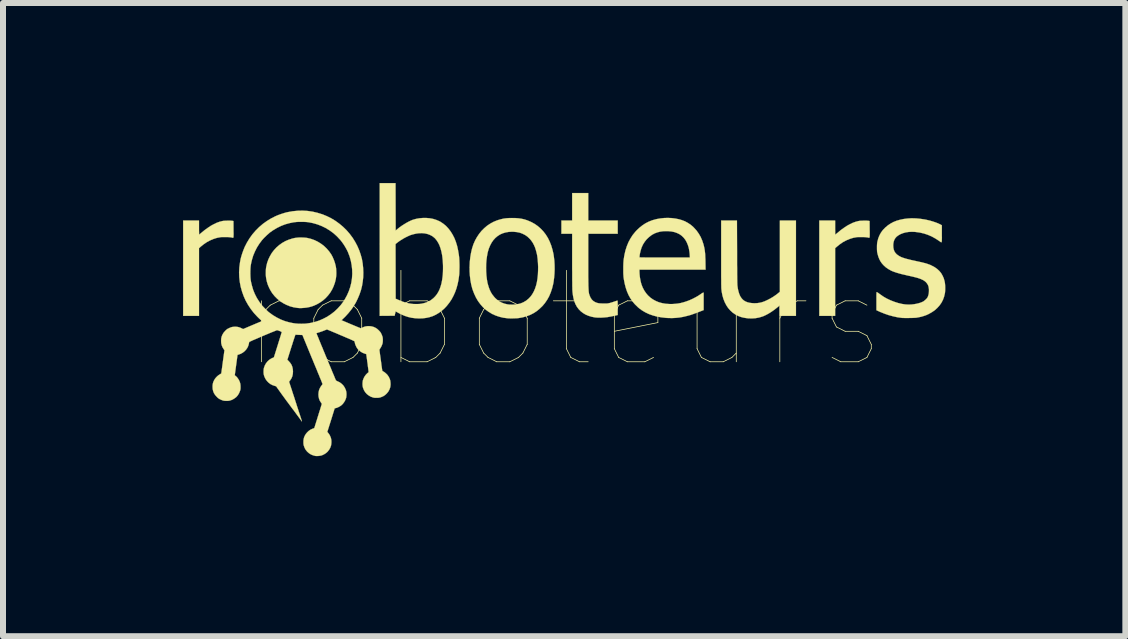
<source format=kicad_pcb>
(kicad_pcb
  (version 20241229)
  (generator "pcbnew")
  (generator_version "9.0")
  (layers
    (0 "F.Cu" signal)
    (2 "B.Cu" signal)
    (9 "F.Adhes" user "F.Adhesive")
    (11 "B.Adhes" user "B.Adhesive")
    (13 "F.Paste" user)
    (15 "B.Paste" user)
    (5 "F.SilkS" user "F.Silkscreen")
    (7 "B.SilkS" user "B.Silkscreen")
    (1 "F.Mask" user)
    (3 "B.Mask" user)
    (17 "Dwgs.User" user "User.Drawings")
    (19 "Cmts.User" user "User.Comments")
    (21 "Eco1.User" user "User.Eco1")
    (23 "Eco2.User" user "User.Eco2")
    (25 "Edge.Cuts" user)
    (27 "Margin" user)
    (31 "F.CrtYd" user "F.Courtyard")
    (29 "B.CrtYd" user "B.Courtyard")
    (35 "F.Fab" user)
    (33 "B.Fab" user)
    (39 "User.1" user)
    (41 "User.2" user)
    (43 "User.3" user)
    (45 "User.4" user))
  (footprint "roboteurs"
    (layer "F.Cu")
    (at 6.352 2.274)
    (property "Reference" "roboteurs" (at 0 0 0) (layer "F.SilkS") (effects (font (size 1.524 1.524) (thickness 0.012))))
    (attr through_hole)
    (fp_poly (pts (xy -5.51 -1.414) (xy -5.511 -1.396) (xy -5.511 -1.382) (xy -5.512 -1.373) (xy -5.514 -1.366) (xy -5.517 -1.363) (xy -5.521 -1.362) (xy -5.525 -1.362) (xy -5.531 -1.364) (xy -5.539 -1.366) (xy -5.542 -1.367) (xy -5.555 -1.369) (xy -5.574 -1.371) (xy -5.596 -1.373) (xy -5.621 -1.374) (xy -5.646 -1.374) (xy -5.672 -1.374) (xy -5.695 -1.374) (xy -5.716 -1.373) (xy -5.726 -1.372) (xy -5.785 -1.361) (xy -5.843 -1.343) (xy -5.9 -1.319) (xy -5.956 -1.289) (xy -6.01 -1.252) (xy -6.055 -1.216) (xy -6.086 -1.189) (xy -6.086 -0.625) (xy -6.086 -0.061) (xy -6.218 -0.061) (xy -6.35 -0.061) (xy -6.35 -0.855) (xy -6.35 -1.649) (xy -6.218 -1.649) (xy -6.086 -1.649) (xy -6.086 -1.532) (xy -6.086 -1.505) (xy -6.086 -1.48) (xy -6.085 -1.458) (xy -6.085 -1.44) (xy -6.084 -1.426) (xy -6.084 -1.418) (xy -6.083 -1.416) (xy -6.08 -1.418) (xy -6.072 -1.423) (xy -6.062 -1.432) (xy -6.05 -1.442) (xy -6.049 -1.443) (xy -5.993 -1.489) (xy -5.939 -1.528) (xy -5.888 -1.562) (xy -5.838 -1.589) (xy -5.79 -1.612) (xy -5.743 -1.629) (xy -5.696 -1.641) (xy -5.694 -1.641) (xy -5.679 -1.644) (xy -5.66 -1.645) (xy -5.637 -1.646) (xy -5.612 -1.647) (xy -5.588 -1.647) (xy -5.565 -1.647) (xy -5.545 -1.646) (xy -5.53 -1.644) (xy -5.527 -1.644) (xy -5.512 -1.641) (xy -5.511 -1.501) (xy -5.511 -1.466) (xy -5.51 -1.437) (xy -5.51 -1.414)) (stroke (width 0.004) (type solid)) (fill yes) (layer "F.SilkS"))
    (fp_poly (pts (xy 5.09 -1.414) (xy 5.09 -1.396) (xy 5.089 -1.382) (xy 5.088 -1.373) (xy 5.086 -1.366) (xy 5.083 -1.363) (xy 5.08 -1.362) (xy 5.075 -1.362) (xy 5.069 -1.364) (xy 5.062 -1.366) (xy 5.058 -1.367) (xy 5.045 -1.369) (xy 5.027 -1.371) (xy 5.004 -1.373) (xy 4.98 -1.374) (xy 4.954 -1.374) (xy 4.928 -1.374) (xy 4.905 -1.374) (xy 4.884 -1.373) (xy 4.874 -1.372) (xy 4.815 -1.361) (xy 4.757 -1.343) (xy 4.7 -1.319) (xy 4.644 -1.289) (xy 4.59 -1.252) (xy 4.546 -1.216) (xy 4.514 -1.189) (xy 4.514 -0.625) (xy 4.514 -0.061) (xy 4.382 -0.061) (xy 4.25 -0.061) (xy 4.25 -0.855) (xy 4.25 -1.649) (xy 4.382 -1.649) (xy 4.514 -1.649) (xy 4.514 -1.532) (xy 4.514 -1.505) (xy 4.515 -1.48) (xy 4.515 -1.458) (xy 4.515 -1.44) (xy 4.516 -1.426) (xy 4.516 -1.418) (xy 4.517 -1.416) (xy 4.52 -1.418) (xy 4.528 -1.423) (xy 4.538 -1.432) (xy 4.551 -1.442) (xy 4.552 -1.443) (xy 4.607 -1.489) (xy 4.661 -1.528) (xy 4.712 -1.562) (xy 4.762 -1.589) (xy 4.81 -1.612) (xy 4.858 -1.629) (xy 4.904 -1.641) (xy 4.906 -1.641) (xy 4.921 -1.644) (xy 4.941 -1.645) (xy 4.964 -1.646) (xy 4.988 -1.647) (xy 5.012 -1.647) (xy 5.035 -1.647) (xy 5.055 -1.646) (xy 5.07 -1.644) (xy 5.073 -1.644) (xy 5.088 -1.641) (xy 5.089 -1.501) (xy 5.09 -1.466) (xy 5.09 -1.437) (xy 5.09 -1.414)) (stroke (width 0.004) (type solid)) (fill yes) (layer "F.SilkS"))
    (fp_poly (pts (xy -3.798 -0.773) (xy -3.799 -0.735) (xy -3.803 -0.699) (xy -3.806 -0.676) (xy -3.821 -0.615) (xy -3.842 -0.556) (xy -3.868 -0.5) (xy -3.9 -0.447) (xy -3.937 -0.399) (xy -3.979 -0.354) (xy -4.025 -0.314) (xy -4.076 -0.279) (xy -4.13 -0.249) (xy -4.188 -0.225) (xy -4.21 -0.217) (xy -4.248 -0.207) (xy -4.29 -0.199) (xy -4.333 -0.194) (xy -4.376 -0.191) (xy -4.417 -0.191) (xy -4.443 -0.193) (xy -4.506 -0.203) (xy -4.567 -0.219) (xy -4.625 -0.242) (xy -4.68 -0.27) (xy -4.732 -0.304) (xy -4.78 -0.343) (xy -4.824 -0.387) (xy -4.864 -0.436) (xy -4.891 -0.478) (xy -4.915 -0.523) (xy -4.937 -0.573) (xy -4.954 -0.626) (xy -4.965 -0.676) (xy -4.97 -0.709) (xy -4.973 -0.746) (xy -4.973 -0.785) (xy -4.972 -0.823) (xy -4.969 -0.859) (xy -4.965 -0.881) (xy -4.951 -0.943) (xy -4.93 -1.002) (xy -4.903 -1.057) (xy -4.872 -1.11) (xy -4.835 -1.158) (xy -4.794 -1.202) (xy -4.748 -1.242) (xy -4.698 -1.277) (xy -4.645 -1.307) (xy -4.588 -1.331) (xy -4.528 -1.35) (xy -4.488 -1.359) (xy -4.456 -1.363) (xy -4.419 -1.366) (xy -4.38 -1.366) (xy -4.341 -1.365) (xy -4.305 -1.362) (xy -4.283 -1.359) (xy -4.221 -1.344) (xy -4.162 -1.323) (xy -4.106 -1.296) (xy -4.053 -1.263) (xy -4.003 -1.225) (xy -3.958 -1.182) (xy -3.917 -1.134) (xy -3.882 -1.084) (xy -3.86 -1.043) (xy -3.84 -0.997) (xy -3.823 -0.949) (xy -3.81 -0.9) (xy -3.806 -0.881) (xy -3.801 -0.849) (xy -3.799 -0.812) (xy -3.798 -0.773)) (stroke (width 0.004) (type solid)) (fill yes) (layer "F.SilkS"))
    (fp_poly (pts (xy 3.861 -0.061) (xy 3.727 -0.061) (xy 3.593 -0.061) (xy 3.593 -0.149) (xy 3.593 -0.238) (xy 3.572 -0.219) (xy 3.531 -0.186) (xy 3.489 -0.154) (xy 3.447 -0.125) (xy 3.405 -0.099) (xy 3.364 -0.077) (xy 3.326 -0.059) (xy 3.303 -0.05) (xy 3.246 -0.033) (xy 3.186 -0.022) (xy 3.125 -0.018) (xy 3.061 -0.02) (xy 3.053 -0.021) (xy 3.017 -0.026) (xy 2.979 -0.033) (xy 2.942 -0.043) (xy 2.909 -0.055) (xy 2.895 -0.061) (xy 2.848 -0.086) (xy 2.805 -0.116) (xy 2.766 -0.152) (xy 2.731 -0.192) (xy 2.701 -0.237) (xy 2.675 -0.287) (xy 2.653 -0.342) (xy 2.636 -0.401) (xy 2.624 -0.463) (xy 2.618 -0.515) (xy 2.618 -0.524) (xy 2.617 -0.539) (xy 2.617 -0.561) (xy 2.616 -0.589) (xy 2.616 -0.624) (xy 2.616 -0.664) (xy 2.615 -0.71) (xy 2.615 -0.761) (xy 2.615 -0.818) (xy 2.615 -0.88) (xy 2.615 -0.947) (xy 2.615 -1.018) (xy 2.615 -1.094) (xy 2.615 -1.102) (xy 2.615 -1.649) (xy 2.746 -1.649) (xy 2.878 -1.649) (xy 2.88 -1.13) (xy 2.88 -1.052) (xy 2.88 -0.98) (xy 2.88 -0.915) (xy 2.881 -0.856) (xy 2.881 -0.803) (xy 2.881 -0.756) (xy 2.882 -0.714) (xy 2.882 -0.679) (xy 2.883 -0.648) (xy 2.883 -0.622) (xy 2.884 -0.602) (xy 2.884 -0.586) (xy 2.885 -0.575) (xy 2.885 -0.571) (xy 2.892 -0.517) (xy 2.903 -0.468) (xy 2.916 -0.426) (xy 2.932 -0.389) (xy 2.952 -0.358) (xy 2.975 -0.332) (xy 3.002 -0.311) (xy 3.022 -0.3) (xy 3.054 -0.287) (xy 3.091 -0.278) (xy 3.131 -0.273) (xy 3.173 -0.271) (xy 3.215 -0.273) (xy 3.257 -0.279) (xy 3.292 -0.287) (xy 3.338 -0.303) (xy 3.386 -0.325) (xy 3.436 -0.351) (xy 3.486 -0.381) (xy 3.535 -0.415) (xy 3.57 -0.443) (xy 3.593 -0.462) (xy 3.593 -1.056) (xy 3.593 -1.649) (xy 3.727 -1.649) (xy 3.861 -1.649) (xy 3.861 -0.855) (xy 3.861 -0.061)) (stroke (width 0.004) (type solid)) (fill yes) (layer "F.SilkS"))
    (fp_poly (pts (xy 0.891 -0.075) (xy 0.848 -0.065) (xy 0.783 -0.051) (xy 0.721 -0.04) (xy 0.661 -0.034) (xy 0.604 -0.031) (xy 0.552 -0.032) (xy 0.513 -0.035) (xy 0.456 -0.046) (xy 0.404 -0.062) (xy 0.356 -0.082) (xy 0.313 -0.108) (xy 0.274 -0.138) (xy 0.24 -0.173) (xy 0.211 -0.212) (xy 0.187 -0.256) (xy 0.175 -0.286) (xy 0.162 -0.324) (xy 0.152 -0.365) (xy 0.144 -0.409) (xy 0.138 -0.458) (xy 0.135 -0.505) (xy 0.135 -0.516) (xy 0.135 -0.534) (xy 0.134 -0.557) (xy 0.134 -0.586) (xy 0.134 -0.619) (xy 0.133 -0.657) (xy 0.133 -0.699) (xy 0.133 -0.744) (xy 0.133 -0.792) (xy 0.132 -0.843) (xy 0.132 -0.895) (xy 0.132 -0.949) (xy 0.132 -0.998) (xy 0.132 -1.429) (xy 0.042 -1.429) (xy -0.047 -1.429) (xy -0.047 -1.539) (xy -0.047 -1.649) (xy 0.042 -1.649) (xy 0.132 -1.649) (xy 0.132 -1.878) (xy 0.132 -2.107) (xy 0.266 -2.107) (xy 0.4 -2.107) (xy 0.4 -1.878) (xy 0.4 -1.649) (xy 0.645 -1.649) (xy 0.891 -1.649) (xy 0.891 -1.539) (xy 0.891 -1.429) (xy 0.645 -1.429) (xy 0.4 -1.429) (xy 0.4 -1.005) (xy 0.4 -0.934) (xy 0.4 -0.87) (xy 0.4 -0.811) (xy 0.4 -0.759) (xy 0.4 -0.711) (xy 0.401 -0.669) (xy 0.401 -0.632) (xy 0.402 -0.598) (xy 0.402 -0.569) (xy 0.403 -0.544) (xy 0.404 -0.522) (xy 0.405 -0.503) (xy 0.406 -0.486) (xy 0.407 -0.472) (xy 0.408 -0.46) (xy 0.41 -0.45) (xy 0.411 -0.44) (xy 0.413 -0.432) (xy 0.413 -0.43) (xy 0.426 -0.392) (xy 0.441 -0.359) (xy 0.461 -0.331) (xy 0.484 -0.309) (xy 0.509 -0.293) (xy 0.528 -0.284) (xy 0.546 -0.278) (xy 0.563 -0.273) (xy 0.582 -0.27) (xy 0.605 -0.268) (xy 0.631 -0.267) (xy 0.655 -0.266) (xy 0.679 -0.266) (xy 0.697 -0.266) (xy 0.712 -0.267) (xy 0.724 -0.268) (xy 0.735 -0.27) (xy 0.746 -0.272) (xy 0.759 -0.275) (xy 0.759 -0.275) (xy 0.777 -0.28) (xy 0.799 -0.287) (xy 0.821 -0.294) (xy 0.838 -0.3) (xy 0.854 -0.305) (xy 0.868 -0.31) (xy 0.879 -0.313) (xy 0.885 -0.315) (xy 0.885 -0.315) (xy 0.887 -0.314) (xy 0.888 -0.312) (xy 0.889 -0.308) (xy 0.89 -0.3) (xy 0.89 -0.29) (xy 0.89 -0.275) (xy 0.891 -0.255) (xy 0.891 -0.23) (xy 0.891 -0.199) (xy 0.891 -0.195) (xy 0.891 -0.075)) (stroke (width 0.004) (type solid)) (fill yes) (layer "F.SilkS"))
    (fp_poly (pts (xy -1.746 -0.87) (xy -1.747 -0.831) (xy -1.748 -0.795) (xy -1.749 -0.763) (xy -1.752 -0.735) (xy -1.752 -0.732) (xy -1.763 -0.655) (xy -1.778 -0.584) (xy -1.797 -0.516) (xy -1.82 -0.452) (xy -1.846 -0.395) (xy -1.878 -0.335) (xy -1.915 -0.28) (xy -1.956 -0.228) (xy -2 -0.181) (xy -2.02 -0.164) (xy -2.02 -0.845) (xy -2.02 -0.894) (xy -2.022 -0.943) (xy -2.025 -0.991) (xy -2.03 -1.036) (xy -2.034 -1.068) (xy -2.046 -1.13) (xy -2.061 -1.185) (xy -2.079 -1.236) (xy -2.101 -1.28) (xy -2.126 -1.319) (xy -2.154 -1.353) (xy -2.186 -1.38) (xy -2.2 -1.39) (xy -2.238 -1.41) (xy -2.279 -1.425) (xy -2.323 -1.435) (xy -2.37 -1.439) (xy -2.419 -1.438) (xy -2.47 -1.431) (xy -2.521 -1.419) (xy -2.561 -1.407) (xy -2.589 -1.395) (xy -2.621 -1.38) (xy -2.655 -1.363) (xy -2.69 -1.343) (xy -2.724 -1.322) (xy -2.755 -1.301) (xy -2.783 -1.28) (xy -2.784 -1.279) (xy -2.811 -1.258) (xy -2.81 -0.803) (xy -2.809 -0.347) (xy -2.759 -0.325) (xy -2.702 -0.301) (xy -2.647 -0.283) (xy -2.595 -0.27) (xy -2.546 -0.262) (xy -2.54 -0.261) (xy -2.518 -0.259) (xy -2.493 -0.258) (xy -2.466 -0.258) (xy -2.439 -0.258) (xy -2.415 -0.259) (xy -2.394 -0.261) (xy -2.386 -0.262) (xy -2.335 -0.273) (xy -2.289 -0.288) (xy -2.248 -0.307) (xy -2.218 -0.326) (xy -2.182 -0.354) (xy -2.15 -0.386) (xy -2.122 -0.421) (xy -2.098 -0.46) (xy -2.077 -0.503) (xy -2.06 -0.551) (xy -2.045 -0.604) (xy -2.034 -0.663) (xy -2.027 -0.715) (xy -2.023 -0.754) (xy -2.021 -0.798) (xy -2.02 -0.845) (xy -2.02 -0.164) (xy -2.048 -0.14) (xy -2.093 -0.108) (xy -2.142 -0.079) (xy -2.192 -0.056) (xy -2.245 -0.039) (xy -2.3 -0.027) (xy -2.358 -0.02) (xy -2.421 -0.018) (xy -2.481 -0.021) (xy -2.544 -0.029) (xy -2.604 -0.043) (xy -2.664 -0.063) (xy -2.664 -0.063) (xy -2.68 -0.07) (xy -2.701 -0.079) (xy -2.723 -0.09) (xy -2.747 -0.101) (xy -2.768 -0.113) (xy -2.787 -0.123) (xy -2.794 -0.127) (xy -2.809 -0.135) (xy -2.818 -0.099) (xy -2.826 -0.063) (xy -2.951 -0.062) (xy -3.075 -0.061) (xy -3.075 -1.167) (xy -3.075 -2.272) (xy -2.943 -2.272) (xy -2.811 -2.272) (xy -2.81 -1.878) (xy -2.809 -1.483) (xy -2.774 -1.512) (xy -2.74 -1.539) (xy -2.703 -1.565) (xy -2.665 -1.589) (xy -2.627 -1.612) (xy -2.59 -1.632) (xy -2.554 -1.649) (xy -2.525 -1.661) (xy -2.469 -1.677) (xy -2.413 -1.687) (xy -2.355 -1.692) (xy -2.298 -1.692) (xy -2.242 -1.687) (xy -2.187 -1.677) (xy -2.135 -1.661) (xy -2.086 -1.64) (xy -2.064 -1.629) (xy -2.016 -1.597) (xy -1.971 -1.56) (xy -1.931 -1.517) (xy -1.894 -1.469) (xy -1.861 -1.416) (xy -1.831 -1.358) (xy -1.806 -1.294) (xy -1.785 -1.226) (xy -1.769 -1.153) (xy -1.756 -1.075) (xy -1.752 -1.043) (xy -1.75 -1.016) (xy -1.748 -0.983) (xy -1.747 -0.947) (xy -1.746 -0.909) (xy -1.746 -0.87)) (stroke (width 0.004) (type solid)) (fill yes) (layer "F.SilkS"))
    (fp_poly (pts (xy -0.16 -0.836) (xy -0.163 -0.764) (xy -0.169 -0.693) (xy -0.178 -0.626) (xy -0.184 -0.593) (xy -0.202 -0.52) (xy -0.225 -0.451) (xy -0.252 -0.387) (xy -0.285 -0.328) (xy -0.322 -0.274) (xy -0.364 -0.224) (xy -0.367 -0.221) (xy -0.414 -0.176) (xy -0.435 -0.159) (xy -0.435 -0.877) (xy -0.438 -0.943) (xy -0.443 -1.007) (xy -0.451 -1.067) (xy -0.457 -1.097) (xy -0.471 -1.151) (xy -0.486 -1.199) (xy -0.505 -1.242) (xy -0.526 -1.281) (xy -0.551 -1.317) (xy -0.577 -1.347) (xy -0.613 -1.381) (xy -0.652 -1.408) (xy -0.695 -1.43) (xy -0.741 -1.447) (xy -0.791 -1.457) (xy -0.844 -1.462) (xy -0.869 -1.463) (xy -0.924 -1.46) (xy -0.976 -1.451) (xy -1.024 -1.437) (xy -1.069 -1.417) (xy -1.11 -1.391) (xy -1.147 -1.36) (xy -1.181 -1.323) (xy -1.21 -1.281) (xy -1.235 -1.234) (xy -1.257 -1.181) (xy -1.274 -1.124) (xy -1.278 -1.106) (xy -1.288 -1.05) (xy -1.296 -0.99) (xy -1.301 -0.927) (xy -1.302 -0.863) (xy -1.301 -0.799) (xy -1.297 -0.736) (xy -1.29 -0.676) (xy -1.281 -0.621) (xy -1.277 -0.603) (xy -1.261 -0.547) (xy -1.243 -0.497) (xy -1.221 -0.452) (xy -1.196 -0.412) (xy -1.166 -0.375) (xy -1.15 -0.357) (xy -1.114 -0.325) (xy -1.077 -0.299) (xy -1.036 -0.279) (xy -0.991 -0.263) (xy -0.942 -0.252) (xy -0.942 -0.252) (xy -0.915 -0.249) (xy -0.884 -0.248) (xy -0.851 -0.248) (xy -0.818 -0.25) (xy -0.789 -0.254) (xy -0.789 -0.254) (xy -0.759 -0.26) (xy -0.733 -0.266) (xy -0.71 -0.275) (xy -0.686 -0.285) (xy -0.676 -0.29) (xy -0.635 -0.314) (xy -0.597 -0.345) (xy -0.563 -0.38) (xy -0.533 -0.421) (xy -0.507 -0.467) (xy -0.485 -0.518) (xy -0.467 -0.574) (xy -0.456 -0.621) (xy -0.446 -0.681) (xy -0.439 -0.745) (xy -0.436 -0.811) (xy -0.435 -0.877) (xy -0.435 -0.159) (xy -0.464 -0.136) (xy -0.516 -0.103) (xy -0.572 -0.075) (xy -0.631 -0.053) (xy -0.693 -0.036) (xy -0.748 -0.026) (xy -0.769 -0.023) (xy -0.794 -0.021) (xy -0.823 -0.02) (xy -0.853 -0.019) (xy -0.882 -0.018) (xy -0.91 -0.019) (xy -0.935 -0.02) (xy -0.947 -0.021) (xy -1.016 -0.03) (xy -1.082 -0.046) (xy -1.144 -0.067) (xy -1.202 -0.093) (xy -1.257 -0.126) (xy -1.308 -0.163) (xy -1.355 -0.206) (xy -1.398 -0.255) (xy -1.437 -0.308) (xy -1.471 -0.366) (xy -1.501 -0.43) (xy -1.527 -0.498) (xy -1.533 -0.517) (xy -1.55 -0.583) (xy -1.563 -0.654) (xy -1.572 -0.728) (xy -1.577 -0.804) (xy -1.577 -0.881) (xy -1.574 -0.958) (xy -1.566 -1.033) (xy -1.554 -1.106) (xy -1.538 -1.176) (xy -1.535 -1.187) (xy -1.514 -1.252) (xy -1.487 -1.314) (xy -1.455 -1.372) (xy -1.419 -1.426) (xy -1.379 -1.476) (xy -1.334 -1.521) (xy -1.286 -1.562) (xy -1.234 -1.597) (xy -1.179 -1.627) (xy -1.121 -1.651) (xy -1.121 -1.651) (xy -1.08 -1.664) (xy -1.042 -1.674) (xy -1.005 -1.682) (xy -0.966 -1.687) (xy -0.924 -1.69) (xy -0.878 -1.691) (xy -0.867 -1.691) (xy -0.811 -1.69) (xy -0.76 -1.686) (xy -0.712 -1.679) (xy -0.667 -1.669) (xy -0.623 -1.655) (xy -0.61 -1.65) (xy -0.549 -1.624) (xy -0.493 -1.593) (xy -0.44 -1.556) (xy -0.392 -1.514) (xy -0.348 -1.468) (xy -0.308 -1.416) (xy -0.273 -1.36) (xy -0.243 -1.299) (xy -0.217 -1.233) (xy -0.196 -1.163) (xy -0.179 -1.089) (xy -0.173 -1.047) (xy -0.165 -0.98) (xy -0.161 -0.909) (xy -0.16 -0.836)) (stroke (width 0.004) (type solid)) (fill yes) (layer "F.SilkS"))
    (fp_poly (pts (xy 2.355 -0.83) (xy 2.093 -0.83) (xy 2.093 -1.033) (xy 2.093 -1.053) (xy 2.092 -1.067) (xy 2.091 -1.085) (xy 2.089 -1.107) (xy 2.086 -1.13) (xy 2.082 -1.153) (xy 2.079 -1.172) (xy 2.077 -1.181) (xy 2.074 -1.196) (xy 2.069 -1.213) (xy 2.063 -1.232) (xy 2.06 -1.241) (xy 2.041 -1.287) (xy 2.018 -1.328) (xy 1.99 -1.364) (xy 1.958 -1.395) (xy 1.922 -1.421) (xy 1.881 -1.441) (xy 1.836 -1.457) (xy 1.787 -1.467) (xy 1.733 -1.472) (xy 1.702 -1.473) (xy 1.647 -1.471) (xy 1.597 -1.464) (xy 1.551 -1.452) (xy 1.508 -1.436) (xy 1.467 -1.414) (xy 1.456 -1.407) (xy 1.413 -1.374) (xy 1.374 -1.337) (xy 1.341 -1.296) (xy 1.312 -1.25) (xy 1.289 -1.2) (xy 1.272 -1.146) (xy 1.272 -1.145) (xy 1.268 -1.129) (xy 1.264 -1.111) (xy 1.26 -1.092) (xy 1.257 -1.073) (xy 1.255 -1.056) (xy 1.253 -1.044) (xy 1.253 -1.039) (xy 1.253 -1.038) (xy 1.254 -1.037) (xy 1.256 -1.036) (xy 1.26 -1.036) (xy 1.265 -1.035) (xy 1.273 -1.035) (xy 1.283 -1.034) (xy 1.296 -1.034) (xy 1.312 -1.034) (xy 1.331 -1.034) (xy 1.355 -1.033) (xy 1.383 -1.033) (xy 1.415 -1.033) (xy 1.452 -1.033) (xy 1.495 -1.033) (xy 1.543 -1.033) (xy 1.597 -1.033) (xy 1.658 -1.033) (xy 1.673 -1.033) (xy 2.093 -1.033) (xy 2.093 -0.83) (xy 1.804 -0.83) (xy 1.253 -0.83) (xy 1.253 -0.8) (xy 1.255 -0.759) (xy 1.259 -0.715) (xy 1.266 -0.671) (xy 1.275 -0.627) (xy 1.286 -0.588) (xy 1.287 -0.584) (xy 1.308 -0.531) (xy 1.334 -0.482) (xy 1.365 -0.437) (xy 1.395 -0.402) (xy 1.435 -0.365) (xy 1.479 -0.334) (xy 1.527 -0.308) (xy 1.578 -0.287) (xy 1.634 -0.272) (xy 1.693 -0.262) (xy 1.757 -0.258) (xy 1.8 -0.258) (xy 1.848 -0.261) (xy 1.893 -0.266) (xy 1.938 -0.274) (xy 1.985 -0.286) (xy 1.988 -0.287) (xy 2.036 -0.302) (xy 2.087 -0.321) (xy 2.138 -0.344) (xy 2.188 -0.37) (xy 2.235 -0.397) (xy 2.277 -0.425) (xy 2.281 -0.428) (xy 2.294 -0.437) (xy 2.306 -0.444) (xy 2.314 -0.447) (xy 2.315 -0.447) (xy 2.323 -0.447) (xy 2.323 -0.302) (xy 2.323 -0.157) (xy 2.243 -0.126) (xy 2.207 -0.112) (xy 2.176 -0.101) (xy 2.15 -0.091) (xy 2.126 -0.083) (xy 2.103 -0.075) (xy 2.081 -0.069) (xy 2.059 -0.063) (xy 2.039 -0.058) (xy 1.976 -0.043) (xy 1.916 -0.033) (xy 1.857 -0.027) (xy 1.797 -0.024) (xy 1.735 -0.025) (xy 1.697 -0.027) (xy 1.619 -0.036) (xy 1.546 -0.049) (xy 1.476 -0.068) (xy 1.411 -0.091) (xy 1.35 -0.12) (xy 1.293 -0.154) (xy 1.246 -0.189) (xy 1.225 -0.207) (xy 1.203 -0.229) (xy 1.179 -0.252) (xy 1.158 -0.276) (xy 1.14 -0.299) (xy 1.135 -0.305) (xy 1.101 -0.355) (xy 1.071 -0.409) (xy 1.046 -0.467) (xy 1.025 -0.529) (xy 1.008 -0.595) (xy 0.994 -0.667) (xy 0.988 -0.71) (xy 0.987 -0.729) (xy 0.985 -0.754) (xy 0.984 -0.783) (xy 0.984 -0.815) (xy 0.984 -0.848) (xy 0.984 -0.882) (xy 0.985 -0.914) (xy 0.986 -0.944) (xy 0.988 -0.971) (xy 0.99 -0.992) (xy 0.99 -0.996) (xy 1.003 -1.076) (xy 1.02 -1.151) (xy 1.043 -1.222) (xy 1.07 -1.288) (xy 1.103 -1.349) (xy 1.14 -1.407) (xy 1.183 -1.46) (xy 1.204 -1.483) (xy 1.251 -1.528) (xy 1.3 -1.567) (xy 1.351 -1.601) (xy 1.405 -1.629) (xy 1.462 -1.652) (xy 1.479 -1.657) (xy 1.537 -1.673) (xy 1.599 -1.684) (xy 1.663 -1.691) (xy 1.727 -1.693) (xy 1.791 -1.69) (xy 1.854 -1.682) (xy 1.913 -1.67) (xy 1.957 -1.657) (xy 2.01 -1.637) (xy 2.058 -1.611) (xy 2.104 -1.581) (xy 2.147 -1.545) (xy 2.162 -1.529) (xy 2.205 -1.482) (xy 2.241 -1.431) (xy 2.273 -1.376) (xy 2.299 -1.316) (xy 2.32 -1.253) (xy 2.332 -1.204) (xy 2.337 -1.179) (xy 2.341 -1.154) (xy 2.344 -1.129) (xy 2.347 -1.103) (xy 2.349 -1.074) (xy 2.35 -1.041) (xy 2.352 -1.004) (xy 2.353 -0.962) (xy 2.353 -0.951) (xy 2.355 -0.83)) (stroke (width 0.004) (type solid)) (fill yes) (layer "F.SilkS"))
    (fp_poly (pts (xy 6.348 -0.537) (xy 6.348 -0.507) (xy 6.347 -0.478) (xy 6.345 -0.451) (xy 6.342 -0.433) (xy 6.329 -0.379) (xy 6.31 -0.327) (xy 6.285 -0.279) (xy 6.254 -0.235) (xy 6.217 -0.194) (xy 6.176 -0.156) (xy 6.128 -0.123) (xy 6.075 -0.093) (xy 6.065 -0.088) (xy 6.027 -0.071) (xy 5.988 -0.058) (xy 5.948 -0.046) (xy 5.905 -0.037) (xy 5.866 -0.03) (xy 5.853 -0.029) (xy 5.836 -0.028) (xy 5.813 -0.027) (xy 5.788 -0.026) (xy 5.761 -0.026) (xy 5.733 -0.025) (xy 5.705 -0.025) (xy 5.68 -0.025) (xy 5.657 -0.026) (xy 5.639 -0.026) (xy 5.627 -0.027) (xy 5.555 -0.037) (xy 5.482 -0.053) (xy 5.407 -0.073) (xy 5.332 -0.099) (xy 5.258 -0.129) (xy 5.237 -0.139) (xy 5.202 -0.155) (xy 5.202 -0.306) (xy 5.202 -0.342) (xy 5.202 -0.372) (xy 5.202 -0.396) (xy 5.202 -0.416) (xy 5.203 -0.43) (xy 5.203 -0.441) (xy 5.204 -0.449) (xy 5.205 -0.453) (xy 5.206 -0.456) (xy 5.207 -0.457) (xy 5.208 -0.457) (xy 5.212 -0.455) (xy 5.221 -0.45) (xy 5.233 -0.442) (xy 5.244 -0.434) (xy 5.276 -0.411) (xy 5.304 -0.391) (xy 5.331 -0.374) (xy 5.357 -0.359) (xy 5.385 -0.344) (xy 5.415 -0.33) (xy 5.432 -0.322) (xy 5.498 -0.296) (xy 5.563 -0.275) (xy 5.625 -0.26) (xy 5.684 -0.251) (xy 5.741 -0.248) (xy 5.787 -0.25) (xy 5.829 -0.255) (xy 5.869 -0.262) (xy 5.906 -0.271) (xy 5.938 -0.281) (xy 5.965 -0.292) (xy 5.982 -0.3) (xy 6 -0.313) (xy 6.018 -0.328) (xy 6.034 -0.344) (xy 6.047 -0.358) (xy 6.048 -0.36) (xy 6.06 -0.383) (xy 6.069 -0.41) (xy 6.075 -0.44) (xy 6.077 -0.473) (xy 6.077 -0.506) (xy 6.072 -0.538) (xy 6.069 -0.553) (xy 6.059 -0.578) (xy 6.044 -0.602) (xy 6.025 -0.624) (xy 6.023 -0.626) (xy 6.006 -0.64) (xy 5.987 -0.653) (xy 5.963 -0.665) (xy 5.936 -0.677) (xy 5.905 -0.688) (xy 5.868 -0.699) (xy 5.825 -0.71) (xy 5.777 -0.721) (xy 5.769 -0.723) (xy 5.718 -0.734) (xy 5.673 -0.745) (xy 5.633 -0.754) (xy 5.598 -0.763) (xy 5.567 -0.772) (xy 5.539 -0.78) (xy 5.515 -0.788) (xy 5.492 -0.796) (xy 5.472 -0.804) (xy 5.452 -0.812) (xy 5.445 -0.816) (xy 5.4 -0.841) (xy 5.358 -0.87) (xy 5.322 -0.903) (xy 5.295 -0.933) (xy 5.272 -0.965) (xy 5.253 -1) (xy 5.237 -1.038) (xy 5.224 -1.081) (xy 5.215 -1.119) (xy 5.213 -1.131) (xy 5.212 -1.149) (xy 5.211 -1.172) (xy 5.211 -1.197) (xy 5.211 -1.202) (xy 5.211 -1.227) (xy 5.212 -1.248) (xy 5.213 -1.264) (xy 5.215 -1.279) (xy 5.217 -1.294) (xy 5.219 -1.3) (xy 5.233 -1.354) (xy 5.253 -1.403) (xy 5.279 -1.45) (xy 5.311 -1.493) (xy 5.349 -1.532) (xy 5.393 -1.569) (xy 5.433 -1.596) (xy 5.482 -1.623) (xy 5.536 -1.645) (xy 5.595 -1.662) (xy 5.657 -1.675) (xy 5.722 -1.683) (xy 5.79 -1.687) (xy 5.861 -1.685) (xy 5.933 -1.678) (xy 6.008 -1.667) (xy 6.045 -1.659) (xy 6.092 -1.648) (xy 6.14 -1.634) (xy 6.185 -1.619) (xy 6.227 -1.603) (xy 6.263 -1.586) (xy 6.292 -1.571) (xy 6.292 -1.429) (xy 6.292 -1.393) (xy 6.293 -1.362) (xy 6.292 -1.338) (xy 6.292 -1.319) (xy 6.291 -1.305) (xy 6.289 -1.295) (xy 6.287 -1.289) (xy 6.283 -1.287) (xy 6.279 -1.288) (xy 6.273 -1.291) (xy 6.265 -1.296) (xy 6.256 -1.303) (xy 6.251 -1.307) (xy 6.188 -1.348) (xy 6.125 -1.383) (xy 6.06 -1.411) (xy 5.994 -1.433) (xy 5.925 -1.449) (xy 5.853 -1.459) (xy 5.842 -1.46) (xy 5.79 -1.462) (xy 5.739 -1.459) (xy 5.691 -1.452) (xy 5.645 -1.439) (xy 5.604 -1.423) (xy 5.567 -1.402) (xy 5.566 -1.401) (xy 5.538 -1.38) (xy 5.516 -1.355) (xy 5.5 -1.327) (xy 5.489 -1.295) (xy 5.483 -1.259) (xy 5.482 -1.234) (xy 5.484 -1.197) (xy 5.491 -1.164) (xy 5.502 -1.135) (xy 5.519 -1.109) (xy 5.541 -1.086) (xy 5.567 -1.067) (xy 5.583 -1.057) (xy 5.601 -1.047) (xy 5.62 -1.038) (xy 5.642 -1.03) (xy 5.667 -1.022) (xy 5.695 -1.013) (xy 5.728 -1.005) (xy 5.766 -0.995) (xy 5.81 -0.985) (xy 5.834 -0.98) (xy 5.879 -0.97) (xy 5.919 -0.961) (xy 5.953 -0.954) (xy 5.983 -0.946) (xy 6.008 -0.94) (xy 6.031 -0.934) (xy 6.051 -0.927) (xy 6.068 -0.921) (xy 6.085 -0.915) (xy 6.101 -0.909) (xy 6.117 -0.901) (xy 6.125 -0.897) (xy 6.172 -0.872) (xy 6.213 -0.843) (xy 6.249 -0.81) (xy 6.279 -0.774) (xy 6.303 -0.733) (xy 6.323 -0.689) (xy 6.337 -0.64) (xy 6.342 -0.615) (xy 6.345 -0.593) (xy 6.347 -0.567) (xy 6.348 -0.537)) (stroke (width 0.004) (type solid)) (fill yes) (layer "F.SilkS"))
    (fp_poly (pts (xy -2.894 1.082) (xy -2.896 1.106) (xy -2.899 1.127) (xy -2.9 1.131) (xy -2.914 1.169) (xy -2.933 1.203) (xy -2.958 1.233) (xy -2.986 1.259) (xy -3.019 1.28) (xy -3.056 1.295) (xy -3.068 1.299) (xy -3.088 1.303) (xy -3.112 1.305) (xy -3.137 1.305) (xy -3.162 1.304) (xy -3.183 1.3) (xy -3.186 1.299) (xy -3.224 1.286) (xy -3.258 1.266) (xy -3.289 1.242) (xy -3.315 1.213) (xy -3.336 1.18) (xy -3.351 1.143) (xy -3.355 1.131) (xy -3.359 1.111) (xy -3.361 1.088) (xy -3.361 1.062) (xy -3.359 1.038) (xy -3.356 1.017) (xy -3.355 1.013) (xy -3.342 0.978) (xy -3.325 0.946) (xy -3.303 0.917) (xy -3.279 0.893) (xy -3.27 0.886) (xy -3.263 0.88) (xy -3.261 0.878) (xy -3.261 0.874) (xy -3.261 0.864) (xy -3.263 0.849) (xy -3.265 0.829) (xy -3.268 0.806) (xy -3.272 0.779) (xy -3.275 0.749) (xy -3.278 0.728) (xy -3.283 0.697) (xy -3.286 0.669) (xy -3.29 0.643) (xy -3.293 0.62) (xy -3.296 0.602) (xy -3.297 0.588) (xy -3.298 0.58) (xy -3.299 0.579) (xy -3.302 0.577) (xy -3.31 0.573) (xy -3.321 0.57) (xy -3.323 0.569) (xy -3.362 0.554) (xy -3.396 0.533) (xy -3.427 0.507) (xy -3.44 0.493) (xy -3.452 0.477) (xy -3.464 0.457) (xy -3.474 0.435) (xy -3.483 0.413) (xy -3.488 0.394) (xy -3.488 0.393) (xy -3.491 0.38) (xy -3.493 0.37) (xy -3.495 0.364) (xy -3.497 0.362) (xy -3.503 0.359) (xy -3.512 0.354) (xy -3.525 0.348) (xy -3.542 0.34) (xy -3.564 0.33) (xy -3.591 0.318) (xy -3.623 0.305) (xy -3.66 0.289) (xy -3.704 0.27) (xy -3.724 0.262) (xy -3.761 0.246) (xy -3.796 0.231) (xy -3.829 0.217) (xy -3.859 0.205) (xy -3.886 0.193) (xy -3.909 0.184) (xy -3.928 0.176) (xy -3.942 0.17) (xy -3.951 0.167) (xy -3.953 0.166) (xy -3.957 0.167) (xy -3.966 0.17) (xy -3.979 0.175) (xy -3.995 0.182) (xy -4.002 0.184) (xy -4.024 0.193) (xy -4.047 0.201) (xy -4.07 0.209) (xy -4.089 0.215) (xy -4.089 0.215) (xy -4.105 0.219) (xy -4.117 0.224) (xy -4.126 0.227) (xy -4.129 0.229) (xy -4.129 0.229) (xy -4.128 0.233) (xy -4.124 0.242) (xy -4.118 0.257) (xy -4.11 0.276) (xy -4.1 0.3) (xy -4.089 0.328) (xy -4.076 0.36) (xy -4.062 0.394) (xy -4.047 0.431) (xy -4.03 0.47) (xy -4.014 0.511) (xy -3.996 0.553) (xy -3.979 0.596) (xy -3.961 0.638) (xy -3.943 0.681) (xy -3.926 0.723) (xy -3.909 0.764) (xy -3.892 0.804) (xy -3.877 0.841) (xy -3.863 0.876) (xy -3.849 0.908) (xy -3.837 0.936) (xy -3.827 0.961) (xy -3.819 0.981) (xy -3.812 0.996) (xy -3.808 1.006) (xy -3.806 1.011) (xy -3.806 1.011) (xy -3.801 1.017) (xy -3.791 1.023) (xy -3.777 1.03) (xy -3.741 1.047) (xy -3.709 1.071) (xy -3.682 1.098) (xy -3.66 1.13) (xy -3.643 1.166) (xy -3.635 1.189) (xy -3.631 1.209) (xy -3.629 1.233) (xy -3.629 1.258) (xy -3.631 1.282) (xy -3.634 1.303) (xy -3.635 1.307) (xy -3.649 1.344) (xy -3.668 1.378) (xy -3.691 1.408) (xy -3.719 1.434) (xy -3.751 1.454) (xy -3.786 1.47) (xy -3.803 1.475) (xy -3.825 1.48) (xy -3.886 1.676) (xy -3.948 1.872) (xy -3.93 1.894) (xy -3.908 1.926) (xy -3.892 1.962) (xy -3.886 1.982) (xy -3.882 2.001) (xy -3.88 2.025) (xy -3.88 2.051) (xy -3.882 2.075) (xy -3.885 2.096) (xy -3.886 2.1) (xy -3.899 2.137) (xy -3.918 2.17) (xy -3.942 2.201) (xy -3.97 2.226) (xy -4.003 2.247) (xy -4.038 2.263) (xy -4.054 2.267) (xy -4.069 2.27) (xy -4.087 2.273) (xy -4.107 2.274) (xy -4.125 2.275) (xy -4.14 2.274) (xy -4.144 2.274) (xy -4.183 2.264) (xy -4.22 2.249) (xy -4.253 2.228) (xy -4.282 2.203) (xy -4.307 2.173) (xy -4.326 2.139) (xy -4.34 2.101) (xy -4.34 2.099) (xy -4.345 2.077) (xy -4.346 2.049) (xy -4.346 2.04) (xy -4.345 2.011) (xy -4.341 1.986) (xy -4.334 1.961) (xy -4.324 1.938) (xy -4.307 1.909) (xy -4.285 1.882) (xy -4.259 1.857) (xy -4.23 1.837) (xy -4.199 1.822) (xy -4.18 1.815) (xy -4.171 1.812) (xy -4.166 1.808) (xy -4.162 1.8) (xy -4.161 1.796) (xy -4.159 1.79) (xy -4.155 1.778) (xy -4.15 1.76) (xy -4.143 1.739) (xy -4.135 1.713) (xy -4.126 1.684) (xy -4.116 1.653) (xy -4.106 1.619) (xy -4.098 1.595) (xy -4.088 1.561) (xy -4.078 1.529) (xy -4.068 1.499) (xy -4.06 1.472) (xy -4.053 1.449) (xy -4.047 1.431) (xy -4.043 1.417) (xy -4.041 1.408) (xy -4.04 1.406) (xy -4.042 1.401) (xy -4.047 1.393) (xy -4.052 1.386) (xy -4.072 1.355) (xy -4.086 1.32) (xy -4.094 1.282) (xy -4.096 1.248) (xy -4.093 1.209) (xy -4.085 1.174) (xy -4.071 1.141) (xy -4.052 1.11) (xy -4.045 1.101) (xy -4.035 1.088) (xy -4.029 1.078) (xy -4.028 1.072) (xy -4.03 1.068) (xy -4.034 1.058) (xy -4.04 1.043) (xy -4.048 1.022) (xy -4.058 0.997) (xy -4.071 0.968) (xy -4.084 0.934) (xy -4.1 0.897) (xy -4.116 0.857) (xy -4.134 0.813) (xy -4.153 0.768) (xy -4.173 0.72) (xy -4.193 0.67) (xy -4.197 0.662) (xy -4.363 0.258) (xy -4.419 0.256) (xy -4.438 0.255) (xy -4.455 0.254) (xy -4.468 0.254) (xy -4.476 0.253) (xy -4.479 0.253) (xy -4.48 0.256) (xy -4.484 0.265) (xy -4.489 0.279) (xy -4.495 0.298) (xy -4.503 0.322) (xy -4.512 0.349) (xy -4.522 0.38) (xy -4.532 0.413) (xy -4.544 0.449) (xy -4.548 0.462) (xy -4.614 0.671) (xy -4.593 0.691) (xy -4.566 0.722) (xy -4.545 0.754) (xy -4.531 0.789) (xy -4.523 0.827) (xy -4.52 0.867) (xy -4.523 0.908) (xy -4.531 0.946) (xy -4.546 0.981) (xy -4.567 1.014) (xy -4.57 1.017) (xy -4.585 1.037) (xy -4.572 1.076) (xy -4.569 1.086) (xy -4.564 1.101) (xy -4.557 1.122) (xy -4.549 1.147) (xy -4.539 1.176) (xy -4.529 1.209) (xy -4.517 1.245) (xy -4.504 1.284) (xy -4.491 1.324) (xy -4.478 1.366) (xy -4.472 1.383) (xy -4.459 1.425) (xy -4.446 1.465) (xy -4.433 1.504) (xy -4.422 1.54) (xy -4.411 1.572) (xy -4.401 1.602) (xy -4.393 1.627) (xy -4.386 1.648) (xy -4.381 1.664) (xy -4.378 1.674) (xy -4.377 1.676) (xy -4.374 1.688) (xy -4.372 1.695) (xy -4.371 1.698) (xy -4.372 1.698) (xy -4.375 1.695) (xy -4.381 1.686) (xy -4.39 1.675) (xy -4.4 1.66) (xy -4.412 1.644) (xy -4.421 1.632) (xy -4.434 1.614) (xy -4.45 1.593) (xy -4.468 1.568) (xy -4.488 1.541) (xy -4.509 1.512) (xy -4.532 1.483) (xy -4.554 1.453) (xy -4.56 1.445) (xy -4.597 1.395) (xy -4.633 1.347) (xy -4.667 1.3) (xy -4.7 1.255) (xy -4.73 1.213) (xy -4.757 1.175) (xy -4.781 1.142) (xy -4.791 1.127) (xy -4.797 1.119) (xy -4.803 1.113) (xy -4.811 1.11) (xy -4.824 1.106) (xy -4.825 1.106) (xy -4.862 1.093) (xy -4.897 1.075) (xy -4.928 1.051) (xy -4.955 1.023) (xy -4.978 0.99) (xy -4.995 0.955) (xy -5.004 0.928) (xy -5.008 0.909) (xy -5.01 0.885) (xy -5.01 0.86) (xy -5.009 0.835) (xy -5.006 0.814) (xy -5.004 0.806) (xy -4.99 0.767) (xy -4.971 0.732) (xy -4.946 0.7) (xy -4.917 0.673) (xy -4.884 0.651) (xy -4.86 0.64) (xy -4.838 0.63) (xy -4.773 0.423) (xy -4.762 0.387) (xy -4.751 0.352) (xy -4.741 0.32) (xy -4.732 0.291) (xy -4.724 0.266) (xy -4.718 0.245) (xy -4.713 0.228) (xy -4.709 0.216) (xy -4.708 0.211) (xy -4.708 0.21) (xy -4.711 0.207) (xy -4.719 0.202) (xy -4.73 0.197) (xy -4.743 0.191) (xy -4.757 0.186) (xy -4.77 0.182) (xy -4.781 0.179) (xy -4.785 0.178) (xy -4.79 0.179) (xy -4.8 0.183) (xy -4.815 0.189) (xy -4.835 0.197) (xy -4.86 0.207) (xy -4.888 0.218) (xy -4.919 0.231) (xy -4.952 0.245) (xy -4.988 0.26) (xy -5.022 0.274) (xy -5.066 0.293) (xy -5.105 0.31) (xy -5.138 0.324) (xy -5.166 0.336) (xy -5.19 0.346) (xy -5.209 0.355) (xy -5.223 0.362) (xy -5.235 0.367) (xy -5.243 0.371) (xy -5.248 0.375) (xy -5.25 0.377) (xy -5.251 0.378) (xy -5.252 0.385) (xy -5.254 0.396) (xy -5.255 0.403) (xy -5.265 0.439) (xy -5.281 0.473) (xy -5.303 0.504) (xy -5.329 0.531) (xy -5.359 0.554) (xy -5.392 0.572) (xy -5.429 0.585) (xy -5.431 0.586) (xy -5.444 0.589) (xy -5.467 0.758) (xy -5.49 0.928) (xy -5.478 0.939) (xy -5.47 0.946) (xy -5.464 0.95) (xy -5.463 0.952) (xy -5.457 0.957) (xy -5.449 0.967) (xy -5.44 0.979) (xy -5.431 0.992) (xy -5.424 1.004) (xy -5.419 1.012) (xy -5.407 1.039) (xy -5.399 1.065) (xy -5.395 1.092) (xy -5.394 1.122) (xy -5.394 1.123) (xy -5.394 1.142) (xy -5.395 1.157) (xy -5.397 1.17) (xy -5.4 1.182) (xy -5.403 1.19) (xy -5.419 1.229) (xy -5.439 1.262) (xy -5.464 1.291) (xy -5.494 1.314) (xy -5.525 1.333) (xy -5.549 1.343) (xy -5.57 1.35) (xy -5.59 1.354) (xy -5.613 1.356) (xy -5.627 1.356) (xy -5.651 1.355) (xy -5.672 1.353) (xy -5.691 1.348) (xy -5.712 1.34) (xy -5.73 1.332) (xy -5.746 1.324) (xy -5.758 1.316) (xy -5.77 1.308) (xy -5.782 1.296) (xy -5.791 1.287) (xy -5.817 1.258) (xy -5.837 1.227) (xy -5.85 1.194) (xy -5.858 1.159) (xy -5.86 1.121) (xy -5.859 1.09) (xy -5.854 1.062) (xy -5.846 1.036) (xy -5.832 1.008) (xy -5.82 0.988) (xy -5.804 0.968) (xy -5.785 0.948) (xy -5.765 0.931) (xy -5.746 0.918) (xy -5.739 0.914) (xy -5.726 0.906) (xy -5.717 0.9) (xy -5.715 0.896) (xy -5.714 0.891) (xy -5.713 0.881) (xy -5.71 0.865) (xy -5.708 0.844) (xy -5.704 0.819) (xy -5.7 0.79) (xy -5.696 0.758) (xy -5.691 0.724) (xy -5.688 0.7) (xy -5.662 0.512) (xy -5.674 0.495) (xy -5.694 0.463) (xy -5.708 0.429) (xy -5.716 0.393) (xy -5.718 0.356) (xy -5.716 0.317) (xy -5.708 0.282) (xy -5.694 0.249) (xy -5.675 0.218) (xy -5.649 0.189) (xy -5.635 0.175) (xy -5.623 0.165) (xy -5.612 0.157) (xy -5.598 0.15) (xy -5.588 0.145) (xy -5.564 0.134) (xy -5.544 0.127) (xy -5.524 0.123) (xy -5.503 0.121) (xy -5.485 0.12) (xy -5.46 0.121) (xy -5.439 0.124) (xy -5.419 0.129) (xy -5.397 0.137) (xy -5.382 0.144) (xy -5.351 0.159) (xy -5.193 0.092) (xy -5.036 0.026) (xy -5.055 0.009) (xy -5.064 0.001) (xy -5.077 -0.011) (xy -5.092 -0.025) (xy -5.107 -0.04) (xy -5.117 -0.05) (xy -5.174 -0.112) (xy -5.224 -0.177) (xy -5.269 -0.245) (xy -5.309 -0.316) (xy -5.342 -0.39) (xy -5.369 -0.466) (xy -5.391 -0.544) (xy -5.406 -0.623) (xy -5.415 -0.704) (xy -5.418 -0.786) (xy -5.414 -0.868) (xy -5.403 -0.951) (xy -5.393 -1.006) (xy -5.386 -1.034) (xy -5.377 -1.065) (xy -5.366 -1.1) (xy -5.354 -1.134) (xy -5.342 -1.166) (xy -5.33 -1.195) (xy -5.326 -1.206) (xy -5.288 -1.28) (xy -5.245 -1.351) (xy -5.197 -1.418) (xy -5.143 -1.481) (xy -5.085 -1.539) (xy -5.022 -1.593) (xy -4.955 -1.641) (xy -4.885 -1.684) (xy -4.81 -1.722) (xy -4.809 -1.722) (xy -4.782 -1.734) (xy -4.751 -1.746) (xy -4.717 -1.758) (xy -4.683 -1.769) (xy -4.65 -1.779) (xy -4.62 -1.787) (xy -4.609 -1.789) (xy -4.526 -1.804) (xy -4.443 -1.812) (xy -4.359 -1.814) (xy -4.276 -1.809) (xy -4.193 -1.797) (xy -4.112 -1.778) (xy -4.031 -1.753) (xy -4.03 -1.753) (xy -3.955 -1.722) (xy -3.882 -1.686) (xy -3.813 -1.644) (xy -3.747 -1.596) (xy -3.685 -1.544) (xy -3.627 -1.487) (xy -3.574 -1.426) (xy -3.525 -1.36) (xy -3.483 -1.292) (xy -3.449 -1.228) (xy -3.417 -1.155) (xy -3.392 -1.082) (xy -3.372 -1.01) (xy -3.359 -0.936) (xy -3.351 -0.859) (xy -3.348 -0.782) (xy -3.35 -0.704) (xy -3.358 -0.63) (xy -3.37 -0.558) (xy -3.388 -0.487) (xy -3.412 -0.417) (xy -3.441 -0.348) (xy -3.473 -0.282) (xy -3.51 -0.221) (xy -3.532 -0.188) (xy -3.532 -0.759) (xy -3.534 -0.832) (xy -3.542 -0.906) (xy -3.556 -0.978) (xy -3.576 -1.05) (xy -3.603 -1.12) (xy -3.61 -1.136) (xy -3.629 -1.173) (xy -3.651 -1.212) (xy -3.676 -1.252) (xy -3.703 -1.29) (xy -3.723 -1.316) (xy -3.737 -1.332) (xy -3.755 -1.351) (xy -3.774 -1.372) (xy -3.795 -1.393) (xy -3.816 -1.412) (xy -3.835 -1.429) (xy -3.849 -1.441) (xy -3.911 -1.486) (xy -3.977 -1.526) (xy -4.045 -1.559) (xy -4.116 -1.586) (xy -4.19 -1.607) (xy -4.262 -1.621) (xy -4.287 -1.624) (xy -4.317 -1.626) (xy -4.35 -1.627) (xy -4.385 -1.627) (xy -4.42 -1.627) (xy -4.452 -1.626) (xy -4.482 -1.623) (xy -4.503 -1.621) (xy -4.578 -1.606) (xy -4.65 -1.586) (xy -4.72 -1.559) (xy -4.787 -1.526) (xy -4.852 -1.487) (xy -4.902 -1.452) (xy -4.917 -1.439) (xy -4.935 -1.423) (xy -4.956 -1.405) (xy -4.976 -1.385) (xy -4.997 -1.365) (xy -5.015 -1.346) (xy -5.03 -1.329) (xy -5.035 -1.324) (xy -5.08 -1.264) (xy -5.12 -1.201) (xy -5.154 -1.134) (xy -5.183 -1.065) (xy -5.204 -0.995) (xy -5.205 -0.991) (xy -5.213 -0.958) (xy -5.219 -0.928) (xy -5.224 -0.901) (xy -5.227 -0.873) (xy -5.229 -0.844) (xy -5.23 -0.811) (xy -5.231 -0.779) (xy -5.23 -0.742) (xy -5.229 -0.71) (xy -5.227 -0.681) (xy -5.224 -0.654) (xy -5.219 -0.626) (xy -5.212 -0.596) (xy -5.205 -0.567) (xy -5.184 -0.495) (xy -5.156 -0.426) (xy -5.122 -0.359) (xy -5.081 -0.295) (xy -5.042 -0.242) (xy -5.028 -0.226) (xy -5.01 -0.207) (xy -4.99 -0.186) (xy -4.969 -0.165) (xy -4.949 -0.146) (xy -4.93 -0.128) (xy -4.916 -0.117) (xy -4.854 -0.072) (xy -4.789 -0.033) (xy -4.721 0.001) (xy -4.651 0.028) (xy -4.579 0.048) (xy -4.526 0.059) (xy -4.48 0.066) (xy -4.43 0.07) (xy -4.38 0.071) (xy -4.332 0.07) (xy -4.301 0.068) (xy -4.226 0.057) (xy -4.153 0.04) (xy -4.082 0.017) (xy -4.014 -0.013) (xy -3.949 -0.047) (xy -3.887 -0.088) (xy -3.829 -0.133) (xy -3.775 -0.184) (xy -3.725 -0.239) (xy -3.68 -0.299) (xy -3.656 -0.337) (xy -3.62 -0.403) (xy -3.59 -0.471) (xy -3.566 -0.541) (xy -3.548 -0.613) (xy -3.537 -0.686) (xy -3.532 -0.759) (xy -3.532 -0.188) (xy -3.551 -0.162) (xy -3.597 -0.105) (xy -3.649 -0.048) (xy -3.657 -0.04) (xy -3.711 0.012) (xy -3.553 0.079) (xy -3.522 0.092) (xy -3.493 0.104) (xy -3.466 0.115) (xy -3.443 0.125) (xy -3.423 0.133) (xy -3.407 0.139) (xy -3.396 0.144) (xy -3.391 0.146) (xy -3.391 0.146) (xy -3.386 0.144) (xy -3.377 0.14) (xy -3.367 0.136) (xy -3.338 0.123) (xy -3.311 0.115) (xy -3.281 0.111) (xy -3.258 0.11) (xy -3.219 0.113) (xy -3.184 0.121) (xy -3.151 0.135) (xy -3.12 0.154) (xy -3.092 0.179) (xy -3.078 0.194) (xy -3.068 0.205) (xy -3.059 0.217) (xy -3.052 0.231) (xy -3.047 0.24) (xy -3.04 0.256) (xy -3.034 0.272) (xy -3.029 0.286) (xy -3.027 0.291) (xy -3.025 0.307) (xy -3.023 0.328) (xy -3.023 0.35) (xy -3.024 0.371) (xy -3.026 0.389) (xy -3.027 0.396) (xy -3.034 0.417) (xy -3.043 0.439) (xy -3.054 0.462) (xy -3.066 0.48) (xy -3.067 0.482) (xy -3.076 0.496) (xy -3.079 0.507) (xy -3.079 0.509) (xy -3.078 0.515) (xy -3.077 0.526) (xy -3.075 0.543) (xy -3.072 0.563) (xy -3.069 0.587) (xy -3.065 0.614) (xy -3.061 0.643) (xy -3.057 0.672) (xy -3.053 0.702) (xy -3.049 0.731) (xy -3.046 0.759) (xy -3.042 0.784) (xy -3.039 0.807) (xy -3.036 0.825) (xy -3.034 0.839) (xy -3.033 0.848) (xy -3.033 0.85) (xy -3.028 0.858) (xy -3.017 0.865) (xy -3.001 0.874) (xy -2.984 0.887) (xy -2.966 0.903) (xy -2.949 0.92) (xy -2.944 0.926) (xy -2.923 0.957) (xy -2.907 0.992) (xy -2.9 1.013) (xy -2.897 1.033) (xy -2.895 1.057) (xy -2.894 1.082)) (stroke (width 0.004) (type solid)) (fill yes) (layer "F.SilkS")))
  (gr_rect
    (start -3 -3)
    (end 15.702 7.551)
    (stroke (width 0.1) (type default))
    (fill no)
    (layer "Edge.Cuts")))
</source>
